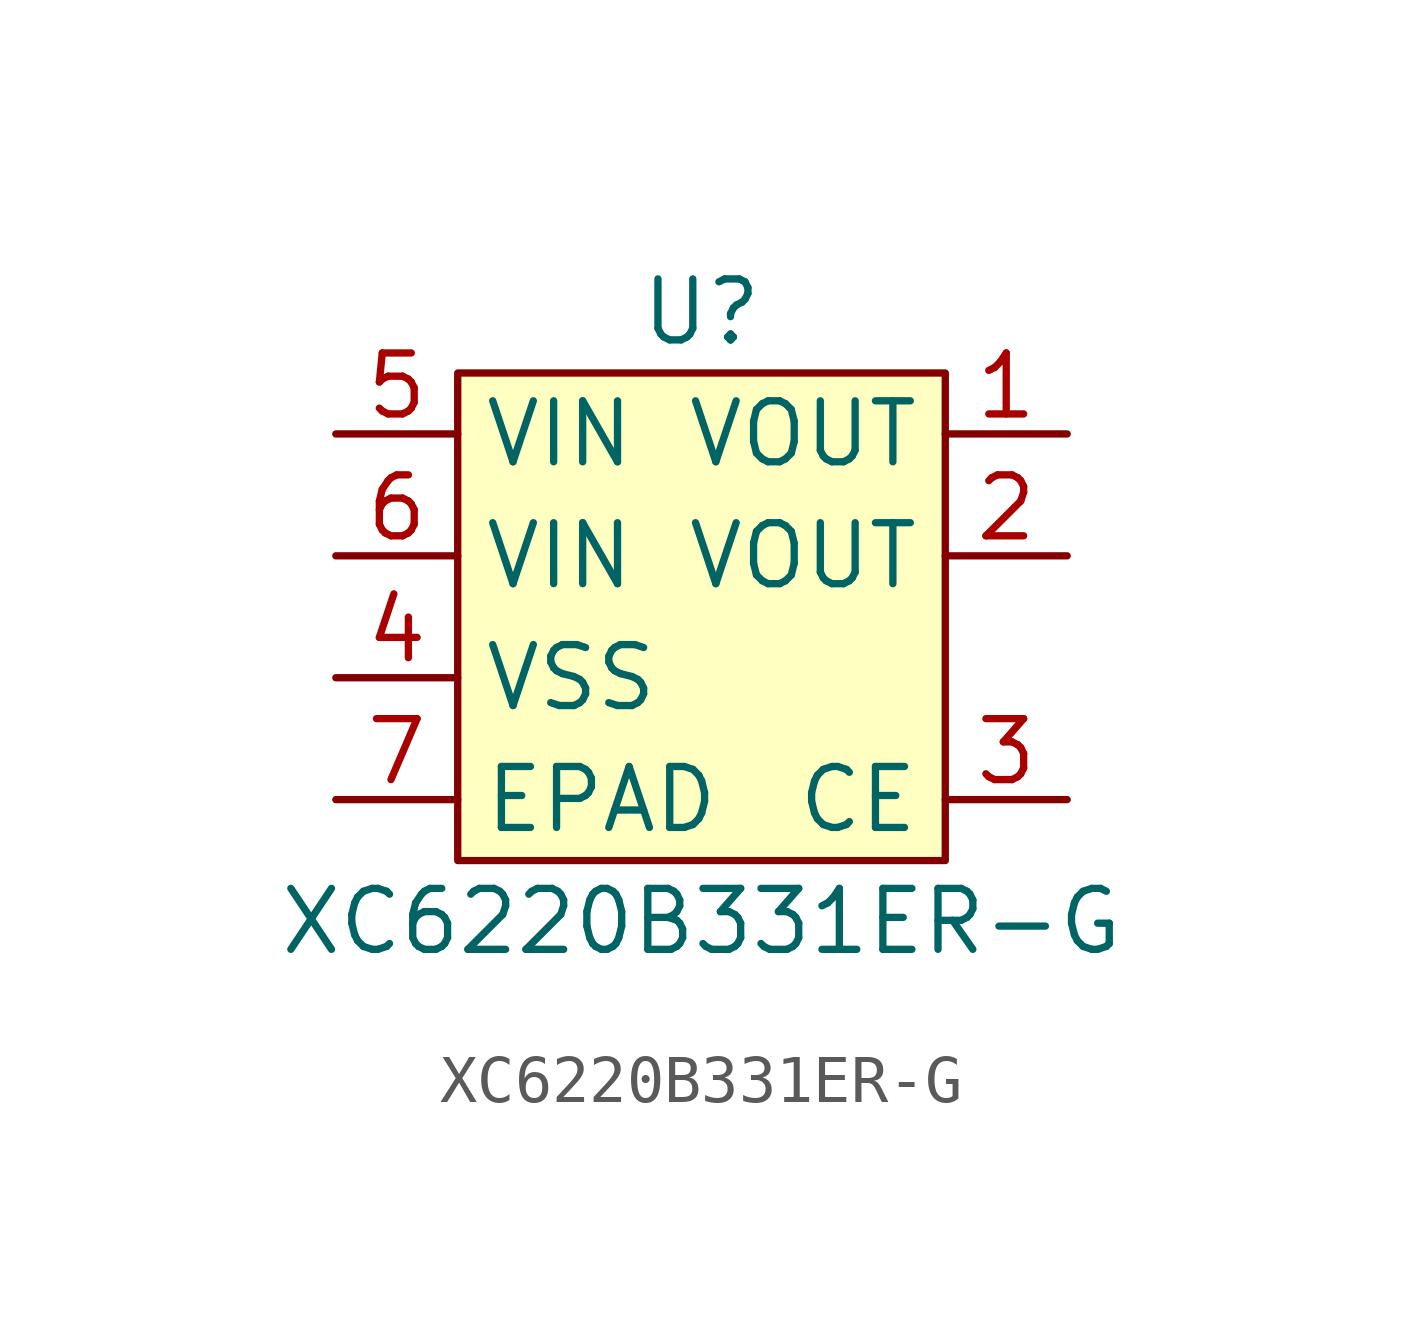
<source format=kicad_sym>
(kicad_symbol_lib
  (version 20220914)
  (generator kicad_symbol_editor)
  (symbol "XC6220B331ER-G"
    (property "Reference" "U"
      (at 0 6.35 0)
      (effects (font (size 1.27 1.27))))
    (property "Value" "XC6220B331ER-G"
      (at 0 -6.35 0)
      (effects (font (size 1.27 1.27))))
    (symbol "XC6220B331ER-G_1_1"
      (rectangle (start -5.08 5.08) (end 5.08 -5.08) (stroke (width 0) (type default)) (fill (type background)))
      (pin power_out line (at 7.62 3.81 180) (length 2.54) (name "VOUT" (effects (font (size 1.27 1.27)))) (number "1" (effects (font (size 1.27 1.27)))))
      (pin passive line (at 7.62 1.27 180) (length 2.54) (name "VOUT" (effects (font (size 1.27 1.27)))) (number "2" (effects (font (size 1.27 1.27)))))
      (pin input line (at 7.62 -3.81 180) (length 2.54) (name "CE" (effects (font (size 1.27 1.27)))) (number "3" (effects (font (size 1.27 1.27)))))
      (pin power_in line (at -7.62 -1.27 0) (length 2.54) (name "VSS" (effects (font (size 1.27 1.27)))) (number "4" (effects (font (size 1.27 1.27)))))
      (pin power_in line (at -7.62 3.81 0) (length 2.54) (name "VIN" (effects (font (size 1.27 1.27)))) (number "5" (effects (font (size 1.27 1.27)))))
      (pin power_in line (at -7.62 1.27 0) (length 2.54) (name "VIN" (effects (font (size 1.27 1.27)))) (number "6" (effects (font (size 1.27 1.27)))))
      (pin power_in line (at -7.62 -3.81 0) (length 2.54) (name "EPAD" (effects (font (size 1.27 1.27)))) (number "7" (effects (font (size 1.27 1.27))))))))
</source>
